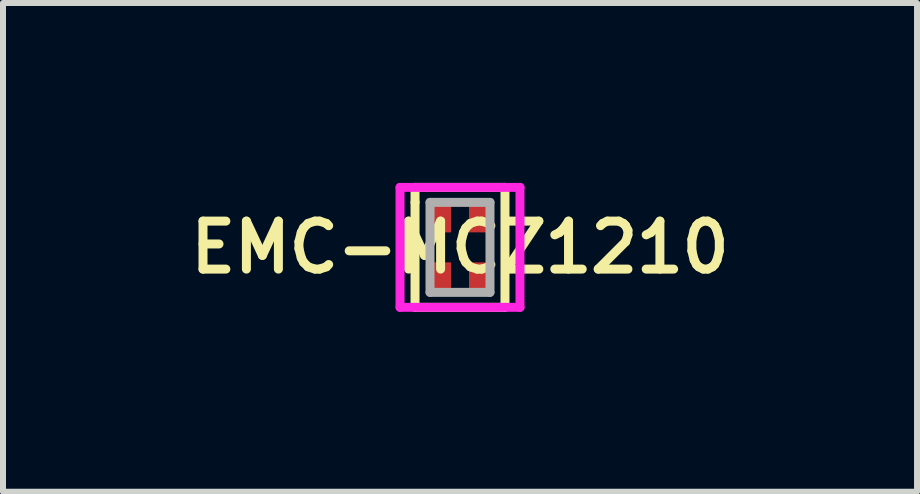
<source format=kicad_pcb>
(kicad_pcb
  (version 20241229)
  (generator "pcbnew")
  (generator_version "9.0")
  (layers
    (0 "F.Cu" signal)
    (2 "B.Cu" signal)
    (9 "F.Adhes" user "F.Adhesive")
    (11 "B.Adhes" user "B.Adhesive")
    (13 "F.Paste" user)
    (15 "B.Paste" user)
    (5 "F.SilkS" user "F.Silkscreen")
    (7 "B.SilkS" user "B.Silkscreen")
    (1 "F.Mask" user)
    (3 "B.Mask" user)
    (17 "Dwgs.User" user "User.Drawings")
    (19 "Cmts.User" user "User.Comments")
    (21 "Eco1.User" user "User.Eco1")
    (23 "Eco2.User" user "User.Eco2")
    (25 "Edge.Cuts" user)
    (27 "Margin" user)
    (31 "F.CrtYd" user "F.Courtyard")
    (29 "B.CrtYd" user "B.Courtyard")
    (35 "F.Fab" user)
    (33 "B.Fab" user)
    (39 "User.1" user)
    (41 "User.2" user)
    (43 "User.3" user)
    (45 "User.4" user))
  (footprint "EMC-MCZ1210"
    (layer "F.Cu")
    (at 4.621 1.075)
    (property "Reference" "EMC-MCZ1210" (at 0 0 0) (layer "F.SilkS") (effects (font (size 0.8 0.8) (thickness 0.15))))
    (attr through_hole)
    (fp_line (start -0.75 -1) (end 0.75 -1) (stroke (width 0.15) (type solid)) (layer "F.SilkS"))
    (fp_line (start -0.75 -0.75) (end -0.75 -1) (stroke (width 0.15) (type solid)) (layer "F.SilkS"))
    (fp_line (start -0.75 1) (end -0.75 -0.75) (stroke (width 0.15) (type solid)) (layer "F.SilkS"))
    (fp_line (start 0.75 -1) (end 0.75 1) (stroke (width 0.15) (type solid)) (layer "F.SilkS"))
    (fp_line (start 0.75 1) (end -0.75 1) (stroke (width 0.15) (type solid)) (layer "F.SilkS"))
    (fp_line (start -1 -1) (end 1 -1) (stroke (width 0.15) (type solid)) (layer "F.CrtYd"))
    (fp_line (start -1 1) (end -1 -1) (stroke (width 0.15) (type solid)) (layer "F.CrtYd"))
    (fp_line (start 1 -1) (end 1 1) (stroke (width 0.15) (type solid)) (layer "F.CrtYd"))
    (fp_line (start 1 1) (end -1 1) (stroke (width 0.15) (type solid)) (layer "F.CrtYd"))
    (fp_line (start -0.5 -0.75) (end 0.5 -0.75) (stroke (width 0.15) (type solid)) (layer "F.Fab"))
    (fp_line (start -0.5 0.75) (end -0.5 -0.75) (stroke (width 0.15) (type solid)) (layer "F.Fab"))
    (fp_line (start 0.5 -0.75) (end 0.5 0.75) (stroke (width 0.15) (type solid)) (layer "F.Fab"))
    (fp_line (start 0.5 0.75) (end -0.5 0.75) (stroke (width 0.15) (type solid)) (layer "F.Fab"))
    (pad "1" smd rect (at -0.35 -0.5) (size 0.4 0.5) (layers "F.Cu" "F.Mask" "F.Paste"))
    (pad "2" smd rect (at -0.35 0.5) (size 0.4 0.5) (layers "F.Cu" "F.Mask" "F.Paste"))
    (pad "3" smd rect (at 0.35 -0.5) (size 0.4 0.5) (layers "F.Cu" "F.Mask" "F.Paste"))
    (pad "4" smd rect (at 0.35 0.5) (size 0.4 0.5) (layers "F.Cu" "F.Mask" "F.Paste")))
  (gr_rect
    (start -3 -3)
    (end 12.242 5.15)
    (stroke (width 0.1) (type default))
    (fill no)
    (layer "Edge.Cuts")))
</source>
